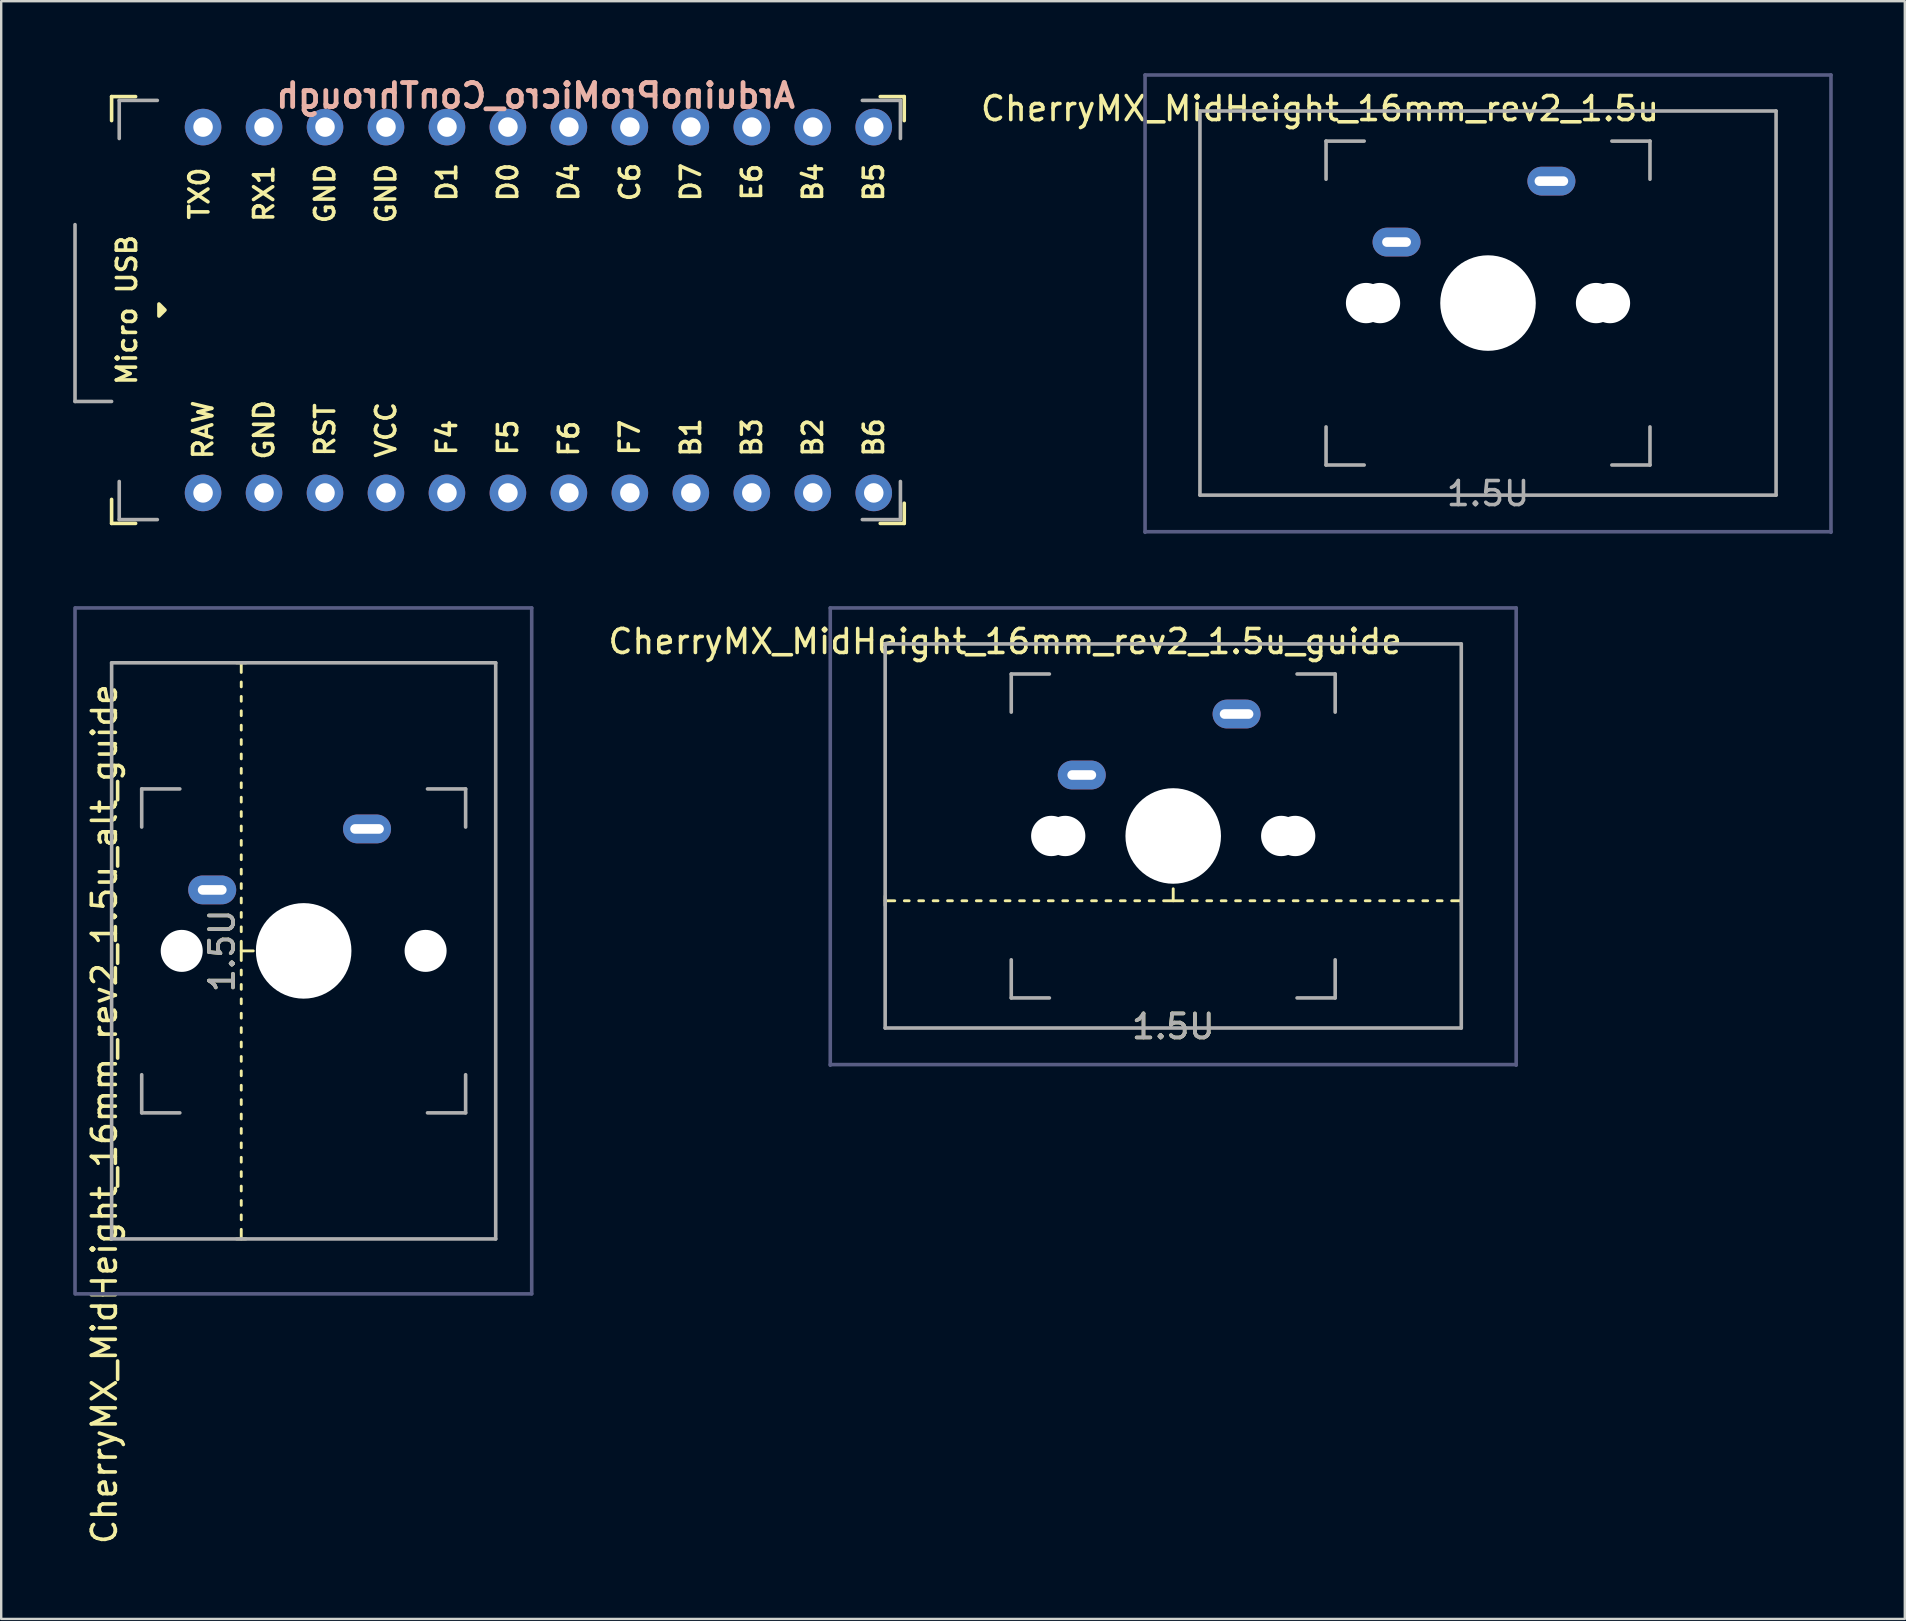
<source format=kicad_pcb>
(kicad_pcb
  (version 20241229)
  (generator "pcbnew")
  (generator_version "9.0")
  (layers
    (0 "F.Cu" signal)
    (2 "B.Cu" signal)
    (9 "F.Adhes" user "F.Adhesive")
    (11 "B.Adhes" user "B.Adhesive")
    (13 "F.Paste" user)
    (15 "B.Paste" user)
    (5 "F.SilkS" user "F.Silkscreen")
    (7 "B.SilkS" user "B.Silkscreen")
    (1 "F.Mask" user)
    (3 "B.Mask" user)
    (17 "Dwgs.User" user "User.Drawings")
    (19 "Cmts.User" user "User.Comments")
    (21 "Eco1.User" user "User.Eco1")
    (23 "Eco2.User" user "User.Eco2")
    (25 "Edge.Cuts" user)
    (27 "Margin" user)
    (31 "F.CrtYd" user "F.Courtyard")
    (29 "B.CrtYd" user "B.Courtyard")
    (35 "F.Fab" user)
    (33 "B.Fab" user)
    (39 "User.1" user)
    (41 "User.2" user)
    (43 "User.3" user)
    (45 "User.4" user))
  (footprint "CherryMX_MidHeight_16mm_rev2_1.5u"
    (layer "F.Cu")
    (at 58.938 9.575)
    (property "Reference" "CherryMX_MidHeight_16mm_rev2_1.5u" (at -7 -8.1 180) (layer "F.SilkS") (effects (font (size 1 1) (thickness 0.15))))
    (attr through_hole)
    (fp_line (start -14.287 -9.5) (end 14.287 -9.5) (stroke (width 0.15) (type solid)) (layer "B.Fab"))
    (fp_line (start -14.287 9.55) (end -14.287 -9.5) (stroke (width 0.15) (type solid)) (layer "B.Fab"))
    (fp_line (start 14.287 -9.5) (end 14.287 9.55) (stroke (width 0.15) (type solid)) (layer "B.Fab"))
    (fp_line (start 14.287 9.525) (end -14.287 9.525) (stroke (width 0.15) (type solid)) (layer "B.Fab"))
    (fp_line (start -12 -8) (end 12 -8) (stroke (width 0.15) (type solid)) (layer "F.Fab"))
    (fp_line (start -12 8) (end -12 -8) (stroke (width 0.15) (type solid)) (layer "F.Fab"))
    (fp_line (start -6.747 -6.747) (end -5.159 -6.747) (stroke (width 0.15) (type solid)) (layer "F.Fab"))
    (fp_line (start -6.747 -5.159) (end -6.747 -6.747) (stroke (width 0.15) (type solid)) (layer "F.Fab"))
    (fp_line (start -6.747 6.747) (end -6.747 5.159) (stroke (width 0.15) (type solid)) (layer "F.Fab"))
    (fp_line (start -5.159 6.747) (end -6.747 6.747) (stroke (width 0.15) (type solid)) (layer "F.Fab"))
    (fp_line (start 5.159 -6.747) (end 6.747 -6.747) (stroke (width 0.15) (type solid)) (layer "F.Fab"))
    (fp_line (start 6.747 -6.747) (end 6.747 -5.159) (stroke (width 0.15) (type solid)) (layer "F.Fab"))
    (fp_line (start 6.747 5.159) (end 6.747 6.747) (stroke (width 0.15) (type solid)) (layer "F.Fab"))
    (fp_line (start 6.747 6.747) (end 5.159 6.747) (stroke (width 0.15) (type solid)) (layer "F.Fab"))
    (fp_line (start 12 -8) (end 12 8) (stroke (width 0.15) (type solid)) (layer "F.Fab"))
    (fp_line (start 12 8) (end -12 8) (stroke (width 0.15) (type solid)) (layer "F.Fab"))
    (fp_text user "1.5U" (at 0 7.938 180) (layer "F.Fab") (effects (font (size 1 1) (thickness 0.15))))
    (pad "" np_thru_hole circle (at -5.08 0 180) (size 1.68 1.68) (drill 1.68) (layers "*.Cu" "*.Mask"))
    (pad "" np_thru_hole circle (at -4.5 0 180) (size 1.68 1.68) (drill 1.68) (layers "*.Cu" "*.Mask"))
    (pad "" np_thru_hole circle (at 0 0 270) (size 3.98 3.98) (drill 3.98) (layers "*.Cu" "*.Mask"))
    (pad "" np_thru_hole circle (at 4.5 0 180) (size 1.68 1.68) (drill 1.68) (layers "*.Cu" "*.Mask"))
    (pad "" np_thru_hole circle (at 5.08 0 180) (size 1.68 1.68) (drill 1.68) (layers "*.Cu" "*.Mask"))
    (pad "1" thru_hole oval (at -3.81 -2.54) (size 2 1.2) (drill oval 1.2 0.4) (layers "*.Cu" "B.Mask"))
    (pad "2" thru_hole oval (at 2.64 -5.08) (size 2 1.2) (drill oval 1.4 0.4) (layers "*.Cu" "B.Mask")))
  (footprint "CherryMX_MidHeight_16mm_rev2_1.5u_guide"
    (layer "F.Cu")
    (at 45.824 31.775)
    (property "Reference" "CherryMX_MidHeight_16mm_rev2_1.5u_guide" (at -7 -8.1 180) (layer "F.SilkS") (effects (font (size 1 1) (thickness 0.15))))
    (attr through_hole)
    (fp_line (start -12 2.9) (end -12 2.5) (stroke (width 0.12) (type solid)) (layer "F.SilkS"))
    (fp_line (start -11.6 2.7) (end -12 2.7) (stroke (width 0.12) (type solid)) (layer "F.SilkS"))
    (fp_line (start -11 2.7) (end -11.2 2.7) (stroke (width 0.12) (type solid)) (layer "F.SilkS"))
    (fp_line (start -10.4 2.7) (end -10.6 2.7) (stroke (width 0.12) (type solid)) (layer "F.SilkS"))
    (fp_line (start -9.8 2.7) (end -10 2.7) (stroke (width 0.12) (type solid)) (layer "F.SilkS"))
    (fp_line (start -9.2 2.7) (end -9.4 2.7) (stroke (width 0.12) (type solid)) (layer "F.SilkS"))
    (fp_line (start -8.6 2.7) (end -8.8 2.7) (stroke (width 0.12) (type solid)) (layer "F.SilkS"))
    (fp_line (start -8 2.7) (end -8.2 2.7) (stroke (width 0.12) (type solid)) (layer "F.SilkS"))
    (fp_line (start -7.4 2.7) (end -7.6 2.7) (stroke (width 0.12) (type solid)) (layer "F.SilkS"))
    (fp_line (start -6.8 2.7) (end -7 2.7) (stroke (width 0.12) (type solid)) (layer "F.SilkS"))
    (fp_line (start -6.2 2.7) (end -6.4 2.7) (stroke (width 0.12) (type solid)) (layer "F.SilkS"))
    (fp_line (start -5.6 2.7) (end -5.8 2.7) (stroke (width 0.12) (type solid)) (layer "F.SilkS"))
    (fp_line (start -5 2.7) (end -5.2 2.7) (stroke (width 0.12) (type solid)) (layer "F.SilkS"))
    (fp_line (start -4.4 2.7) (end -4.6 2.7) (stroke (width 0.12) (type solid)) (layer "F.SilkS"))
    (fp_line (start -3.8 2.7) (end -4 2.7) (stroke (width 0.12) (type solid)) (layer "F.SilkS"))
    (fp_line (start -3.2 2.7) (end -3.4 2.7) (stroke (width 0.12) (type solid)) (layer "F.SilkS"))
    (fp_line (start -2.6 2.7) (end -2.8 2.7) (stroke (width 0.12) (type solid)) (layer "F.SilkS"))
    (fp_line (start -2 2.7) (end -2.2 2.7) (stroke (width 0.12) (type solid)) (layer "F.SilkS"))
    (fp_line (start -1.4 2.7) (end -1.6 2.7) (stroke (width 0.12) (type solid)) (layer "F.SilkS"))
    (fp_line (start -0.8 2.7) (end -1 2.7) (stroke (width 0.12) (type solid)) (layer "F.SilkS"))
    (fp_line (start -0.4 2.7) (end 0.4 2.7) (stroke (width 0.12) (type solid)) (layer "F.SilkS"))
    (fp_line (start 0 2.2) (end 0 2.7) (stroke (width 0.12) (type solid)) (layer "F.SilkS"))
    (fp_line (start 0.8 2.7) (end 1 2.7) (stroke (width 0.12) (type solid)) (layer "F.SilkS"))
    (fp_line (start 1.4 2.7) (end 1.6 2.7) (stroke (width 0.12) (type solid)) (layer "F.SilkS"))
    (fp_line (start 2 2.7) (end 2.2 2.7) (stroke (width 0.12) (type solid)) (layer "F.SilkS"))
    (fp_line (start 2.6 2.7) (end 2.8 2.7) (stroke (width 0.12) (type solid)) (layer "F.SilkS"))
    (fp_line (start 3.2 2.7) (end 3.4 2.7) (stroke (width 0.12) (type solid)) (layer "F.SilkS"))
    (fp_line (start 3.8 2.7) (end 4 2.7) (stroke (width 0.12) (type solid)) (layer "F.SilkS"))
    (fp_line (start 4.4 2.7) (end 4.6 2.7) (stroke (width 0.12) (type solid)) (layer "F.SilkS"))
    (fp_line (start 5 2.7) (end 5.2 2.7) (stroke (width 0.12) (type solid)) (layer "F.SilkS"))
    (fp_line (start 5.6 2.7) (end 5.8 2.7) (stroke (width 0.12) (type solid)) (layer "F.SilkS"))
    (fp_line (start 6.2 2.7) (end 6.4 2.7) (stroke (width 0.12) (type solid)) (layer "F.SilkS"))
    (fp_line (start 6.8 2.7) (end 7 2.7) (stroke (width 0.12) (type solid)) (layer "F.SilkS"))
    (fp_line (start 7.4 2.7) (end 7.6 2.7) (stroke (width 0.12) (type solid)) (layer "F.SilkS"))
    (fp_line (start 8 2.7) (end 8.2 2.7) (stroke (width 0.12) (type solid)) (layer "F.SilkS"))
    (fp_line (start 8.6 2.7) (end 8.8 2.7) (stroke (width 0.12) (type solid)) (layer "F.SilkS"))
    (fp_line (start 9.2 2.7) (end 9.4 2.7) (stroke (width 0.12) (type solid)) (layer "F.SilkS"))
    (fp_line (start 9.8 2.7) (end 10 2.7) (stroke (width 0.12) (type solid)) (layer "F.SilkS"))
    (fp_line (start 10.4 2.7) (end 10.6 2.7) (stroke (width 0.12) (type solid)) (layer "F.SilkS"))
    (fp_line (start 11 2.7) (end 11.2 2.7) (stroke (width 0.12) (type solid)) (layer "F.SilkS"))
    (fp_line (start 11.6 2.7) (end 12 2.7) (stroke (width 0.12) (type solid)) (layer "F.SilkS"))
    (fp_line (start 12 2.5) (end 12 2.9) (stroke (width 0.12) (type solid)) (layer "F.SilkS"))
    (fp_line (start -14.287 -9.5) (end 14.287 -9.5) (stroke (width 0.15) (type solid)) (layer "B.Fab"))
    (fp_line (start -14.287 9.55) (end -14.287 -9.5) (stroke (width 0.15) (type solid)) (layer "B.Fab"))
    (fp_line (start 14.287 -9.5) (end 14.287 9.55) (stroke (width 0.15) (type solid)) (layer "B.Fab"))
    (fp_line (start 14.287 9.525) (end -14.287 9.525) (stroke (width 0.15) (type solid)) (layer "B.Fab"))
    (fp_line (start -12 -8) (end 12 -8) (stroke (width 0.15) (type solid)) (layer "F.Fab"))
    (fp_line (start -12 8) (end -12 -8) (stroke (width 0.15) (type solid)) (layer "F.Fab"))
    (fp_line (start -6.747 -6.747) (end -5.159 -6.747) (stroke (width 0.15) (type solid)) (layer "F.Fab"))
    (fp_line (start -6.747 -5.159) (end -6.747 -6.747) (stroke (width 0.15) (type solid)) (layer "F.Fab"))
    (fp_line (start -6.747 6.747) (end -6.747 5.159) (stroke (width 0.15) (type solid)) (layer "F.Fab"))
    (fp_line (start -5.159 6.747) (end -6.747 6.747) (stroke (width 0.15) (type solid)) (layer "F.Fab"))
    (fp_line (start 5.159 -6.747) (end 6.747 -6.747) (stroke (width 0.15) (type solid)) (layer "F.Fab"))
    (fp_line (start 6.747 -6.747) (end 6.747 -5.159) (stroke (width 0.15) (type solid)) (layer "F.Fab"))
    (fp_line (start 6.747 5.159) (end 6.747 6.747) (stroke (width 0.15) (type solid)) (layer "F.Fab"))
    (fp_line (start 6.747 6.747) (end 5.159 6.747) (stroke (width 0.15) (type solid)) (layer "F.Fab"))
    (fp_line (start 12 -8) (end 12 8) (stroke (width 0.15) (type solid)) (layer "F.Fab"))
    (fp_line (start 12 8) (end -12 8) (stroke (width 0.15) (type solid)) (layer "F.Fab"))
    (fp_text user "1.5U" (at 0 7.938 180) (layer "F.SilkS") (effects (font (size 1 1) (thickness 0.15))))
    (fp_text user "1.5U" (at 0 7.938 180) (layer "F.Fab") (effects (font (size 1 1) (thickness 0.15))))
    (pad "" np_thru_hole circle (at -5.08 0 180) (size 1.68 1.68) (drill 1.68) (layers "*.Cu" "*.Mask"))
    (pad "" np_thru_hole circle (at -4.5 0 180) (size 1.68 1.68) (drill 1.68) (layers "*.Cu" "*.Mask"))
    (pad "" np_thru_hole circle (at 0 0 270) (size 3.98 3.98) (drill 3.98) (layers "*.Cu" "*.Mask"))
    (pad "" np_thru_hole circle (at 4.5 0 180) (size 1.68 1.68) (drill 1.68) (layers "*.Cu" "*.Mask"))
    (pad "" np_thru_hole circle (at 5.08 0 180) (size 1.68 1.68) (drill 1.68) (layers "*.Cu" "*.Mask"))
    (pad "1" thru_hole oval (at -3.81 -2.54) (size 2 1.2) (drill oval 1.2 0.4) (layers "*.Cu" "B.Mask"))
    (pad "2" thru_hole oval (at 2.64 -5.08) (size 2 1.2) (drill oval 1.4 0.4) (layers "*.Cu" "B.Mask")))
  (footprint "CherryMX_MidHeight_16mm_rev2_1.5u_alt_guide"
    (layer "F.Cu")
    (at 9.6 36.562)
    (property "Reference" "CherryMX_MidHeight_16mm_rev2_1.5u_alt_guide" (at -8.3 6.8 270) (layer "F.SilkS") (effects (font (size 1 1) (thickness 0.15))))
    (attr through_hole)
    (fp_line (start -2.8 -12) (end -2.4 -12) (stroke (width 0.12) (type solid)) (layer "F.SilkS"))
    (fp_line (start -2.6 -11.6) (end -2.6 -12) (stroke (width 0.12) (type solid)) (layer "F.SilkS"))
    (fp_line (start -2.6 -11) (end -2.6 -11.2) (stroke (width 0.12) (type solid)) (layer "F.SilkS"))
    (fp_line (start -2.6 -10.4) (end -2.6 -10.6) (stroke (width 0.12) (type solid)) (layer "F.SilkS"))
    (fp_line (start -2.6 -9.8) (end -2.6 -10) (stroke (width 0.12) (type solid)) (layer "F.SilkS"))
    (fp_line (start -2.6 -9.2) (end -2.6 -9.4) (stroke (width 0.12) (type solid)) (layer "F.SilkS"))
    (fp_line (start -2.6 -8.6) (end -2.6 -8.8) (stroke (width 0.12) (type solid)) (layer "F.SilkS"))
    (fp_line (start -2.6 -8) (end -2.6 -8.2) (stroke (width 0.12) (type solid)) (layer "F.SilkS"))
    (fp_line (start -2.6 -7.4) (end -2.6 -7.6) (stroke (width 0.12) (type solid)) (layer "F.SilkS"))
    (fp_line (start -2.6 -6.8) (end -2.6 -7) (stroke (width 0.12) (type solid)) (layer "F.SilkS"))
    (fp_line (start -2.6 -6.2) (end -2.6 -6.4) (stroke (width 0.12) (type solid)) (layer "F.SilkS"))
    (fp_line (start -2.6 -5.6) (end -2.6 -5.8) (stroke (width 0.12) (type solid)) (layer "F.SilkS"))
    (fp_line (start -2.6 -5) (end -2.6 -5.2) (stroke (width 0.12) (type solid)) (layer "F.SilkS"))
    (fp_line (start -2.6 -4.4) (end -2.6 -4.6) (stroke (width 0.12) (type solid)) (layer "F.SilkS"))
    (fp_line (start -2.6 -3.8) (end -2.6 -4) (stroke (width 0.12) (type solid)) (layer "F.SilkS"))
    (fp_line (start -2.6 -3.2) (end -2.6 -3.4) (stroke (width 0.12) (type solid)) (layer "F.SilkS"))
    (fp_line (start -2.6 -2.6) (end -2.6 -2.8) (stroke (width 0.12) (type solid)) (layer "F.SilkS"))
    (fp_line (start -2.6 -2) (end -2.6 -2.2) (stroke (width 0.12) (type solid)) (layer "F.SilkS"))
    (fp_line (start -2.6 -1.4) (end -2.6 -1.6) (stroke (width 0.12) (type solid)) (layer "F.SilkS"))
    (fp_line (start -2.6 -0.8) (end -2.6 -1) (stroke (width 0.12) (type solid)) (layer "F.SilkS"))
    (fp_line (start -2.6 -0.4) (end -2.6 0.4) (stroke (width 0.12) (type solid)) (layer "F.SilkS"))
    (fp_line (start -2.6 0.8) (end -2.6 1) (stroke (width 0.12) (type solid)) (layer "F.SilkS"))
    (fp_line (start -2.6 1.4) (end -2.6 1.6) (stroke (width 0.12) (type solid)) (layer "F.SilkS"))
    (fp_line (start -2.6 2) (end -2.6 2.2) (stroke (width 0.12) (type solid)) (layer "F.SilkS"))
    (fp_line (start -2.6 2.6) (end -2.6 2.8) (stroke (width 0.12) (type solid)) (layer "F.SilkS"))
    (fp_line (start -2.6 3.2) (end -2.6 3.4) (stroke (width 0.12) (type solid)) (layer "F.SilkS"))
    (fp_line (start -2.6 3.8) (end -2.6 4) (stroke (width 0.12) (type solid)) (layer "F.SilkS"))
    (fp_line (start -2.6 4.4) (end -2.6 4.6) (stroke (width 0.12) (type solid)) (layer "F.SilkS"))
    (fp_line (start -2.6 5) (end -2.6 5.2) (stroke (width 0.12) (type solid)) (layer "F.SilkS"))
    (fp_line (start -2.6 5.6) (end -2.6 5.8) (stroke (width 0.12) (type solid)) (layer "F.SilkS"))
    (fp_line (start -2.6 6.2) (end -2.6 6.4) (stroke (width 0.12) (type solid)) (layer "F.SilkS"))
    (fp_line (start -2.6 6.8) (end -2.6 7) (stroke (width 0.12) (type solid)) (layer "F.SilkS"))
    (fp_line (start -2.6 7.4) (end -2.6 7.6) (stroke (width 0.12) (type solid)) (layer "F.SilkS"))
    (fp_line (start -2.6 8) (end -2.6 8.2) (stroke (width 0.12) (type solid)) (layer "F.SilkS"))
    (fp_line (start -2.6 8.6) (end -2.6 8.8) (stroke (width 0.12) (type solid)) (layer "F.SilkS"))
    (fp_line (start -2.6 9.2) (end -2.6 9.4) (stroke (width 0.12) (type solid)) (layer "F.SilkS"))
    (fp_line (start -2.6 9.8) (end -2.6 10) (stroke (width 0.12) (type solid)) (layer "F.SilkS"))
    (fp_line (start -2.6 10.4) (end -2.6 10.6) (stroke (width 0.12) (type solid)) (layer "F.SilkS"))
    (fp_line (start -2.6 11) (end -2.6 11.2) (stroke (width 0.12) (type solid)) (layer "F.SilkS"))
    (fp_line (start -2.6 11.6) (end -2.6 12) (stroke (width 0.12) (type solid)) (layer "F.SilkS"))
    (fp_line (start -2.4 12) (end -2.8 12) (stroke (width 0.12) (type solid)) (layer "F.SilkS"))
    (fp_line (start -2.1 0) (end -2.6 0) (stroke (width 0.12) (type solid)) (layer "F.SilkS"))
    (fp_line (start -9.525 -14.287) (end -9.525 14.287) (stroke (width 0.15) (type solid)) (layer "B.Fab"))
    (fp_line (start -9.5 -14.287) (end 9.5 -14.287) (stroke (width 0.15) (type solid)) (layer "B.Fab"))
    (fp_line (start -9.5 14.287) (end 9.5 14.287) (stroke (width 0.15) (type solid)) (layer "B.Fab"))
    (fp_line (start 9.5 -14.287) (end 9.5 14.287) (stroke (width 0.15) (type solid)) (layer "B.Fab"))
    (fp_line (start -8 -12) (end -8 12) (stroke (width 0.15) (type solid)) (layer "F.Fab"))
    (fp_line (start -8 -12) (end 8 -12) (stroke (width 0.15) (type solid)) (layer "F.Fab"))
    (fp_line (start -8 12) (end 8 12) (stroke (width 0.15) (type solid)) (layer "F.Fab"))
    (fp_line (start -6.747 -6.747) (end -5.159 -6.747) (stroke (width 0.15) (type solid)) (layer "F.Fab"))
    (fp_line (start -6.747 -5.159) (end -6.747 -6.747) (stroke (width 0.15) (type solid)) (layer "F.Fab"))
    (fp_line (start -6.747 6.747) (end -6.747 5.159) (stroke (width 0.15) (type solid)) (layer "F.Fab"))
    (fp_line (start -5.159 6.747) (end -6.747 6.747) (stroke (width 0.15) (type solid)) (layer "F.Fab"))
    (fp_line (start 5.159 -6.747) (end 6.747 -6.747) (stroke (width 0.15) (type solid)) (layer "F.Fab"))
    (fp_line (start 6.747 -6.747) (end 6.747 -5.159) (stroke (width 0.15) (type solid)) (layer "F.Fab"))
    (fp_line (start 6.747 5.159) (end 6.747 6.747) (stroke (width 0.15) (type solid)) (layer "F.Fab"))
    (fp_line (start 6.747 6.747) (end 5.159 6.747) (stroke (width 0.15) (type solid)) (layer "F.Fab"))
    (fp_line (start 8 12) (end 8 -12) (stroke (width 0.15) (type solid)) (layer "F.Fab"))
    (fp_text user "1.5U" (at -3.4 0 90) (layer "F.SilkS") (effects (font (size 1 1) (thickness 0.15))))
    (fp_text user "1.5U" (at -3.4 0 90) (layer "F.Fab") (effects (font (size 1 1) (thickness 0.15))))
    (pad "" np_thru_hole circle (at -5.08 0 48) (size 1.75 1.75) (drill 1.75) (layers "*.Cu" "*.Mask"))
    (pad "" np_thru_hole circle (at 0 0 270) (size 3.98 3.98) (drill 3.98) (layers "*.Cu" "*.Mask"))
    (pad "" np_thru_hole circle (at 5.08 0 48) (size 1.75 1.75) (drill 1.75) (layers "*.Cu" "*.Mask"))
    (pad "1" thru_hole oval (at -3.81 -2.54) (size 2 1.2) (drill oval 1.2 0.4) (layers "*.Cu" "B.Mask"))
    (pad "2" thru_hole oval (at 2.64 -5.08) (size 2 1.2) (drill oval 1.4 0.4) (layers "*.Cu" "B.Mask")))
  (footprint "ArduinoProMicro_ConThrough"
    (layer "F.Cu")
    (at 19.379 9.864)
    (property "Reference" "ArduinoProMicro_ConThrough" (at -0.118 -8.928 0) (layer "B.SilkS") (effects (font (size 1 1) (thickness 0.2)) (justify mirror)))
    (attr through_hole)
    (fp_line (start -17.78 -8.89) (end -17.78 -7.89) (stroke (width 0.15) (type solid)) (layer "F.SilkS"))
    (fp_line (start -17.78 -8.89) (end -16.78 -8.89) (stroke (width 0.15) (type solid)) (layer "F.SilkS"))
    (fp_line (start -17.78 7.89) (end -17.78 8.89) (stroke (width 0.15) (type solid)) (layer "F.SilkS"))
    (fp_line (start -17.78 8.89) (end -16.78 8.89) (stroke (width 0.15) (type solid)) (layer "F.SilkS"))
    (fp_line (start 15.24 -8.89) (end 14.24 -8.89) (stroke (width 0.15) (type solid)) (layer "F.SilkS"))
    (fp_line (start 15.24 -8.89) (end 15.24 -7.89) (stroke (width 0.15) (type solid)) (layer "F.SilkS"))
    (fp_line (start 15.24 8.89) (end 14.24 8.89) (stroke (width 0.15) (type solid)) (layer "F.SilkS"))
    (fp_line (start 15.24 8.89) (end 15.24 8.049) (stroke (width 0.15) (type solid)) (layer "F.SilkS"))
    (fp_poly (pts (xy -15.807 -0.25) (xy -15.807 0.25) (xy -15.557 0)) (stroke (width 0.15) (type solid)) (fill yes) (layer "F.SilkS"))
    (fp_line (start -19.304 3.81) (end -19.304 -3.556) (stroke (width 0.15) (type solid)) (layer "F.Fab"))
    (fp_line (start -17.78 3.81) (end -19.304 3.81) (stroke (width 0.15) (type solid)) (layer "F.Fab"))
    (fp_line (start -17.462 -8.731) (end -17.462 -7.144) (stroke (width 0.15) (type solid)) (layer "F.Fab"))
    (fp_line (start -17.462 7.144) (end -17.462 8.731) (stroke (width 0.15) (type solid)) (layer "F.Fab"))
    (fp_line (start -17.462 8.731) (end -15.875 8.731) (stroke (width 0.15) (type solid)) (layer "F.Fab"))
    (fp_line (start -15.875 -8.731) (end -17.462 -8.731) (stroke (width 0.15) (type solid)) (layer "F.Fab"))
    (fp_line (start 15.081 -8.731) (end 13.494 -8.731) (stroke (width 0.15) (type solid)) (layer "F.Fab"))
    (fp_line (start 15.081 -7.144) (end 15.081 -8.731) (stroke (width 0.15) (type solid)) (layer "F.Fab"))
    (fp_line (start 15.081 7.144) (end 15.081 8.731) (stroke (width 0.15) (type solid)) (layer "F.Fab"))
    (fp_line (start 15.081 8.731) (end 13.494 8.731) (stroke (width 0.15) (type solid)) (layer "F.Fab"))
    (fp_text user "GND" (at -8.89 -4.851 90) (unlocked yes) (layer "F.SilkS") (effects (font (size 0.8 0.8) (thickness 0.15))))
    (fp_text user "D7" (at 6.35 -5.328 90) (unlocked yes) (layer "F.SilkS") (effects (font (size 0.8 0.8) (thickness 0.15))))
    (fp_text user "B1" (at 6.35 5.309 90) (unlocked yes) (layer "F.SilkS") (effects (font (size 0.8 0.8) (thickness 0.15))))
    (fp_text user "B3" (at 8.89 5.309 90) (unlocked yes) (layer "F.SilkS") (effects (font (size 0.8 0.8) (thickness 0.15))))
    (fp_text user "RST" (at -8.89 4.991 90) (unlocked yes) (layer "F.SilkS") (effects (font (size 0.8 0.8) (thickness 0.15))))
    (fp_text user "RX1" (at -11.43 -4.851 90) (unlocked yes) (layer "F.SilkS") (effects (font (size 0.8 0.8) (thickness 0.15))))
    (fp_text user "B6" (at 13.97 5.309 90) (unlocked yes) (layer "F.SilkS") (effects (font (size 0.8 0.8) (thickness 0.15))))
    (fp_text user "D0" (at -1.27 -5.328 90) (unlocked yes) (layer "F.SilkS") (effects (font (size 0.8 0.8) (thickness 0.15))))
    (fp_text user "F4" (at -3.81 5.309 90) (unlocked yes) (layer "F.SilkS") (effects (font (size 0.8 0.8) (thickness 0.15))))
    (fp_text user "Micro USB" (at -17.145 0 90) (unlocked yes) (layer "F.SilkS") (effects (font (size 0.8 0.8) (thickness 0.15))))
    (fp_text user "F7" (at 3.8 5.309 90) (unlocked yes) (layer "F.SilkS") (effects (font (size 0.8 0.8) (thickness 0.15))))
    (fp_text user "B4" (at 11.43 -5.328 90) (unlocked yes) (layer "F.SilkS") (effects (font (size 0.8 0.8) (thickness 0.15))))
    (fp_text user "RAW" (at -13.97 4.991 90) (unlocked yes) (layer "F.SilkS") (effects (font (size 0.8 0.8) (thickness 0.15))))
    (fp_text user "GND" (at -11.43 4.991 90) (unlocked yes) (layer "F.SilkS") (effects (font (size 0.8 0.8) (thickness 0.15))))
    (fp_text user "D1" (at -3.81 -5.328 90) (unlocked yes) (layer "F.SilkS") (effects (font (size 0.8 0.8) (thickness 0.15))))
    (fp_text user "B5" (at 13.97 -5.328 90) (unlocked yes) (layer "F.SilkS") (effects (font (size 0.8 0.8) (thickness 0.15))))
    (fp_text user "GND" (at -6.35 -4.851 90) (unlocked yes) (layer "F.SilkS") (effects (font (size 0.8 0.8) (thickness 0.15))))
    (fp_text user "F6" (at 1.27 5.36 90) (unlocked yes) (layer "F.SilkS") (effects (font (size 0.8 0.8) (thickness 0.15))))
    (fp_text user "F5" (at -1.27 5.309 90) (unlocked yes) (layer "F.SilkS") (effects (font (size 0.8 0.8) (thickness 0.15))))
    (fp_text user "C6" (at 3.81 -5.328 90) (unlocked yes) (layer "F.SilkS") (effects (font (size 0.8 0.8) (thickness 0.15))))
    (fp_text user "VCC" (at -6.35 4.991 90) (unlocked yes) (layer "F.SilkS") (effects (font (size 0.8 0.8) (thickness 0.15))))
    (fp_text user "TX0" (at -14.129 -4.851 90) (layer "F.SilkS") (effects (font (size 0.8 0.8) (thickness 0.15))))
    (fp_text user "B2" (at 11.43 5.309 90) (unlocked yes) (layer "F.SilkS") (effects (font (size 0.8 0.8) (thickness 0.15))))
    (fp_text user "E6" (at 8.89 -5.328 90) (unlocked yes) (layer "F.SilkS") (effects (font (size 0.8 0.8) (thickness 0.15))))
    (fp_text user "D4" (at 1.27 -5.328 90) (unlocked yes) (layer "F.SilkS") (effects (font (size 0.8 0.8) (thickness 0.15))))
    (pad "1" thru_hole circle (at -13.97 -7.62) (size 1.524 1.524) (drill 0.813) (layers "*.Cu" "*.Mask"))
    (pad "2" thru_hole circle (at -11.43 -7.62) (size 1.524 1.524) (drill 0.813) (layers "*.Cu" "*.Mask"))
    (pad "3" thru_hole circle (at -8.89 -7.62) (size 1.524 1.524) (drill 0.813) (layers "*.Cu" "*.Mask"))
    (pad "4" thru_hole circle (at -6.35 -7.62) (size 1.524 1.524) (drill 0.813) (layers "*.Cu" "*.Mask"))
    (pad "5" thru_hole circle (at -3.81 -7.62) (size 1.524 1.524) (drill 0.813) (layers "*.Cu" "*.Mask"))
    (pad "6" thru_hole circle (at -1.27 -7.62) (size 1.524 1.524) (drill 0.813) (layers "*.Cu" "*.Mask"))
    (pad "7" thru_hole circle (at 1.27 -7.62) (size 1.524 1.524) (drill 0.813) (layers "*.Cu" "*.Mask"))
    (pad "8" thru_hole circle (at 3.81 -7.62) (size 1.524 1.524) (drill 0.813) (layers "*.Cu" "*.Mask"))
    (pad "9" thru_hole circle (at 6.35 -7.62) (size 1.524 1.524) (drill 0.813) (layers "*.Cu" "*.Mask"))
    (pad "10" thru_hole circle (at 8.89 -7.62) (size 1.524 1.524) (drill 0.813) (layers "*.Cu" "*.Mask"))
    (pad "11" thru_hole circle (at 11.43 -7.62) (size 1.524 1.524) (drill 0.813) (layers "*.Cu" "*.Mask"))
    (pad "12" thru_hole circle (at 13.97 -7.62) (size 1.524 1.524) (drill 0.813) (layers "*.Cu" "*.Mask"))
    (pad "13" thru_hole circle (at 13.97 7.62) (size 1.524 1.524) (drill 0.813) (layers "*.Cu" "*.Mask"))
    (pad "14" thru_hole circle (at 11.43 7.62) (size 1.524 1.524) (drill 0.813) (layers "*.Cu" "*.Mask"))
    (pad "15" thru_hole circle (at 8.89 7.62) (size 1.524 1.524) (drill 0.813) (layers "*.Cu" "*.Mask"))
    (pad "16" thru_hole circle (at 6.35 7.62) (size 1.524 1.524) (drill 0.813) (layers "*.Cu" "*.Mask"))
    (pad "17" thru_hole circle (at 3.81 7.62) (size 1.524 1.524) (drill 0.813) (layers "*.Cu" "*.Mask"))
    (pad "18" thru_hole circle (at 1.27 7.62) (size 1.524 1.524) (drill 0.813) (layers "*.Cu" "*.Mask"))
    (pad "19" thru_hole circle (at -1.27 7.62) (size 1.524 1.524) (drill 0.813) (layers "*.Cu" "*.Mask"))
    (pad "20" thru_hole circle (at -3.81 7.62) (size 1.524 1.524) (drill 0.813) (layers "*.Cu" "*.Mask"))
    (pad "21" thru_hole circle (at -6.35 7.62) (size 1.524 1.524) (drill 0.813) (layers "*.Cu" "*.Mask"))
    (pad "22" thru_hole circle (at -8.89 7.62) (size 1.524 1.524) (drill 0.813) (layers "*.Cu" "*.Mask"))
    (pad "23" thru_hole circle (at -11.43 7.62) (size 1.524 1.524) (drill 0.813) (layers "*.Cu" "*.Mask"))
    (pad "24" thru_hole circle (at -13.97 7.62) (size 1.524 1.524) (drill 0.813) (layers "*.Cu" "*.Mask")))
  (gr_rect
    (start -3 -3)
    (end 76.301 64.392)
    (stroke (width 0.1) (type default))
    (fill no)
    (layer "Edge.Cuts")))
</source>
